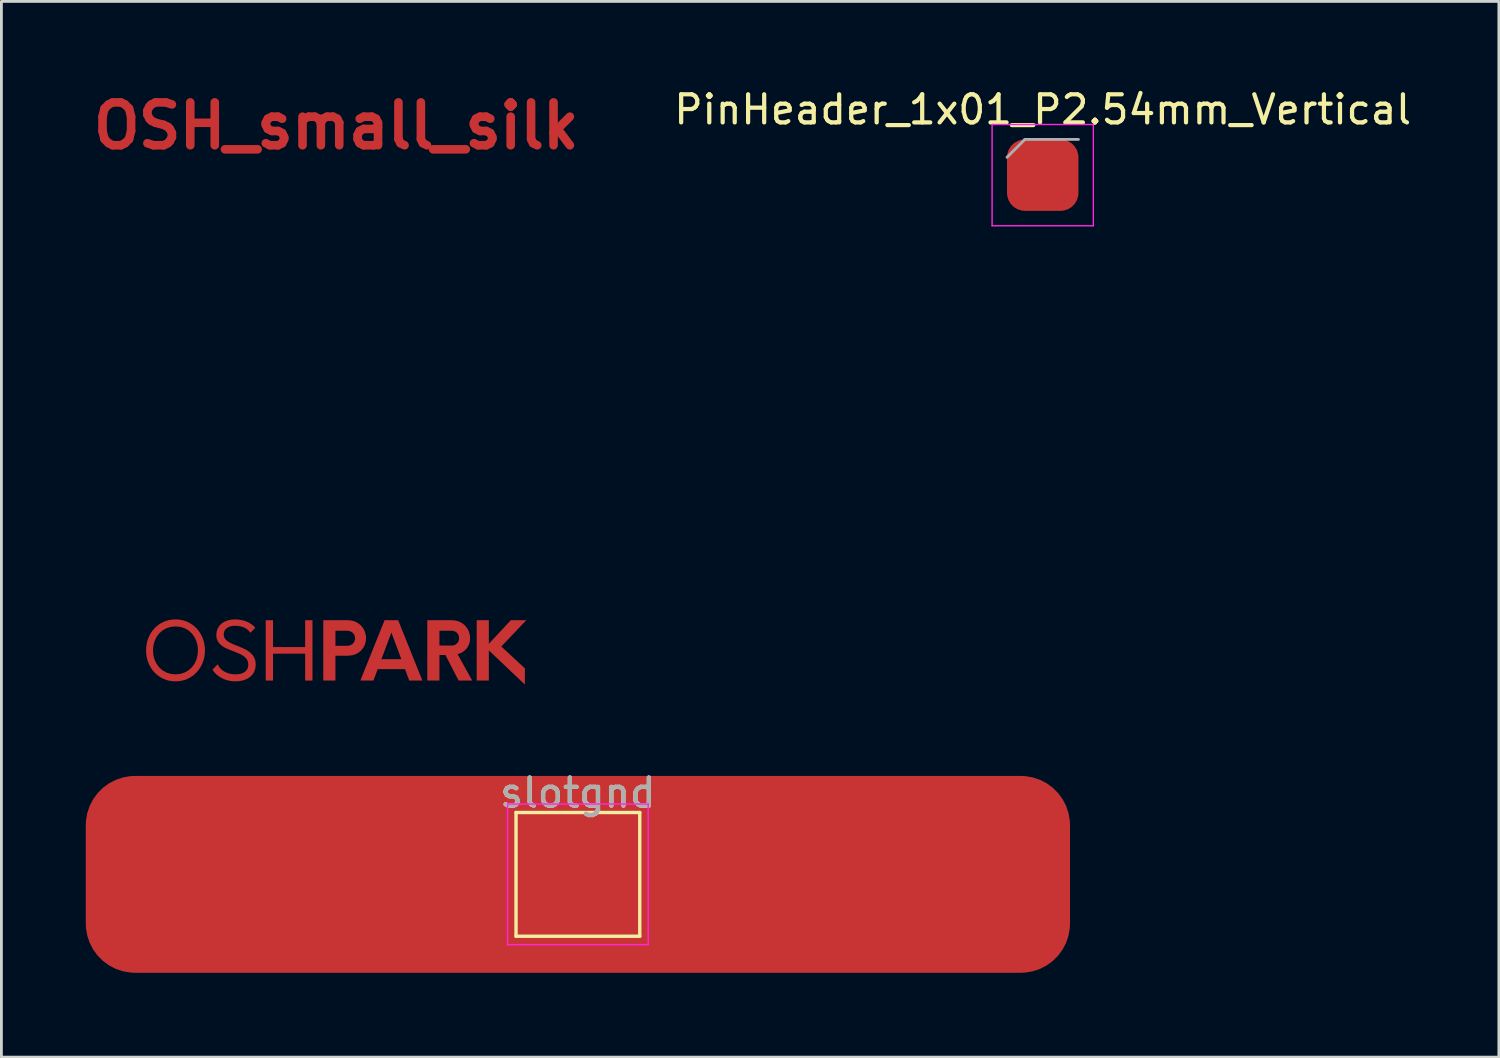
<source format=kicad_pcb>
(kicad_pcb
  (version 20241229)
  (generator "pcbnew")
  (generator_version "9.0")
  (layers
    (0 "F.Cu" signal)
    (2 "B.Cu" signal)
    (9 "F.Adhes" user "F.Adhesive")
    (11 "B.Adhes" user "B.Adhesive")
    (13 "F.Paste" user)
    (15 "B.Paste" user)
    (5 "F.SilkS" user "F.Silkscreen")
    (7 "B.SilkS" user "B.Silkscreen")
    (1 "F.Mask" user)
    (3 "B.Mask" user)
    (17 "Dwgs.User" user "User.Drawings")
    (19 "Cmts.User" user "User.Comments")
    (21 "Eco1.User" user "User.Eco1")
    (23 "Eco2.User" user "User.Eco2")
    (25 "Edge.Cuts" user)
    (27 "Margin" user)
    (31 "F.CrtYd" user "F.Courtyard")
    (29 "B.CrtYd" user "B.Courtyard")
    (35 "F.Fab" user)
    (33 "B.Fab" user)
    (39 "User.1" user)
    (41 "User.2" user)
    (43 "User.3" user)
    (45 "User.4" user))
  (footprint "OSH_small_silk"
    (layer "F.Cu")
    (at 8.905 12.884)
    (property "Reference" "OSH_small_silk" (at 0 -11.458 0) (layer "F.Cu") (effects (font (size 1.524 1.524) (thickness 0.305))))
    (attr smd)
    (fp_poly (pts (xy 6.761 6.121) (xy 6.209 6.121) (xy 5.428 6.959) (xy 5.428 6.121) (xy 4.996 6.121) (xy 4.996 8.267) (xy 5.428 8.267) (xy 5.428 7.194) (xy 6.71 8.41) (xy 6.71 7.832) (xy 5.871 7.056) (xy 6.761 6.121)) (stroke (width 0) (type solid)) (fill yes) (layer "F.Cu"))
    (fp_poly (pts (xy -1.104 6.121) (xy -1.104 7.076) (xy -2.246 7.076) (xy -2.246 6.121) (xy -2.506 6.121) (xy -2.506 8.267) (xy -2.246 8.267) (xy -2.246 7.311) (xy -1.104 7.311) (xy -1.104 8.267) (xy -0.844 8.267) (xy -0.844 6.121) (xy -1.104 6.121)) (stroke (width 0) (type solid)) (fill yes) (layer "F.Cu"))
    (fp_poly (pts (xy 2.598 8.267) (xy 1.963 6.558) (xy 2.315 7.506) (xy 1.608 7.506) (xy 1.963 6.558) (xy 2.598 8.267) (xy 3.065 8.267) (xy 2.204 6.121) (xy 1.72 6.121) (xy 0.859 8.267) (xy 1.325 8.267) (xy 1.477 7.86) (xy 2.447 7.86) (xy 2.598 8.267)) (stroke (width 0) (type solid)) (fill yes) (layer "F.Cu"))
    (fp_poly (pts (xy 0.428 6.121) (xy -0.027 6.496) (xy 0.388 6.496) (xy 0.445 6.501) (xy 0.499 6.515) (xy 0.547 6.538) (xy 0.589 6.57) (xy 0.623 6.608) (xy 0.649 6.654) (xy 0.665 6.705) (xy 0.671 6.762) (xy 0.665 6.82) (xy 0.649 6.873) (xy 0.623 6.919) (xy 0.589 6.957) (xy 0.547 6.989) (xy 0.499 7.012) (xy 0.445 7.026) (xy 0.388 7.031) (xy 0.388 7.031) (xy -0.027 7.031) (xy -0.027 6.496) (xy 0.428 6.121) (xy -0.459 6.121) (xy -0.459 8.267) (xy -0.027 8.267) (xy -0.027 7.383) (xy 0.428 7.383) (xy 0.558 7.37) (xy 0.678 7.335) (xy 0.786 7.279) (xy 0.88 7.204) (xy 0.956 7.112) (xy 1.014 7.006) (xy 1.05 6.888) (xy 1.063 6.759) (xy 1.05 6.63) (xy 1.014 6.511) (xy 0.956 6.402) (xy 0.88 6.308) (xy 0.786 6.23) (xy 0.678 6.171) (xy 0.558 6.134) (xy 0.428 6.121) (xy 0.428 6.121)) (stroke (width 0) (type solid)) (fill yes) (layer "F.Cu"))
    (fp_poly (pts (xy 4.317 7.328) (xy 4.11 7.022) (xy 3.672 7.022) (xy 3.672 6.496) (xy 4.11 6.496) (xy 4.163 6.501) (xy 4.212 6.516) (xy 4.257 6.54) (xy 4.295 6.571) (xy 4.327 6.61) (xy 4.35 6.655) (xy 4.365 6.705) (xy 4.37 6.759) (xy 4.365 6.813) (xy 4.351 6.863) (xy 4.327 6.907) (xy 4.296 6.946) (xy 4.258 6.978) (xy 4.214 7.002) (xy 4.164 7.017) (xy 4.11 7.022) (xy 4.11 7.022) (xy 4.317 7.328) (xy 4.41 7.297) (xy 4.496 7.252) (xy 4.572 7.195) (xy 4.637 7.127) (xy 4.69 7.048) (xy 4.73 6.961) (xy 4.754 6.865) (xy 4.762 6.762) (xy 4.75 6.632) (xy 4.713 6.511) (xy 4.655 6.402) (xy 4.578 6.307) (xy 4.484 6.229) (xy 4.376 6.171) (xy 4.256 6.134) (xy 4.127 6.121) (xy 3.24 6.121) (xy 3.24 8.267) (xy 3.672 8.267) (xy 3.672 7.357) (xy 3.884 7.357) (xy 4.353 8.267) (xy 4.837 8.267) (xy 4.316 7.328) (xy 4.317 7.328)) (stroke (width 0) (type solid)) (fill yes) (layer "F.Cu"))
    (fp_poly (pts (xy -3.591 8.295) (xy -3.442 8.286) (xy -3.304 8.259) (xy -3.18 8.213) (xy -3.072 8.148) (xy -2.984 8.064) (xy -2.918 7.96) (xy -2.876 7.836) (xy -2.861 7.692) (xy -2.877 7.552) (xy -2.921 7.435) (xy -2.99 7.337) (xy -3.078 7.254) (xy -3.18 7.185) (xy -3.292 7.127) (xy -3.528 7.028) (xy -3.707 6.956) (xy -3.857 6.873) (xy -3.916 6.824) (xy -3.961 6.768) (xy -3.99 6.704) (xy -4 6.63) (xy -3.992 6.555) (xy -3.968 6.491) (xy -3.93 6.437) (xy -3.88 6.394) (xy -3.82 6.36) (xy -3.752 6.337) (xy -3.677 6.323) (xy -3.597 6.318) (xy -3.501 6.323) (xy -3.413 6.336) (xy -3.333 6.358) (xy -3.26 6.388) (xy -3.196 6.424) (xy -3.139 6.466) (xy -3.05 6.567) (xy -2.876 6.389) (xy -2.935 6.327) (xy -3.003 6.271) (xy -3.081 6.22) (xy -3.169 6.176) (xy -3.265 6.141) (xy -3.369 6.114) (xy -3.482 6.098) (xy -3.603 6.092) (xy -3.735 6.101) (xy -3.858 6.128) (xy -3.97 6.172) (xy -4.069 6.234) (xy -4.15 6.313) (xy -4.211 6.409) (xy -4.25 6.521) (xy -4.264 6.649) (xy -4.25 6.769) (xy -4.21 6.87) (xy -4.149 6.954) (xy -4.071 7.025) (xy -3.978 7.085) (xy -3.875 7.137) (xy -3.654 7.225) (xy -3.457 7.304) (xy -3.367 7.349) (xy -3.287 7.4) (xy -3.22 7.459) (xy -3.168 7.528) (xy -3.136 7.609) (xy -3.125 7.705) (xy -3.135 7.789) (xy -3.162 7.86) (xy -3.204 7.919) (xy -3.259 7.966) (xy -3.327 8.002) (xy -3.404 8.027) (xy -3.49 8.041) (xy -3.583 8.046) (xy -3.691 8.039) (xy -3.793 8.02) (xy -3.889 7.989) (xy -3.976 7.947) (xy -4.053 7.896) (xy -4.119 7.835) (xy -4.172 7.765) (xy -4.212 7.688) (xy -4.401 7.88) (xy -4.338 7.968) (xy -4.261 8.047) (xy -4.172 8.118) (xy -4.072 8.179) (xy -3.963 8.228) (xy -3.845 8.264) (xy -3.721 8.287) (xy -3.591 8.295) (xy -3.591 8.295)) (stroke (width 0) (type solid)) (fill yes) (layer "F.Cu"))
    (fp_poly (pts (xy -5.714 8.295) (xy -5.714 8.046) (xy -5.885 8.029) (xy -6.039 7.98) (xy -6.176 7.903) (xy -6.293 7.799) (xy -6.387 7.674) (xy -6.457 7.529) (xy -6.5 7.368) (xy -6.515 7.194) (xy -6.5 7.02) (xy -6.457 6.859) (xy -6.387 6.714) (xy -6.293 6.588) (xy -6.176 6.485) (xy -6.039 6.407) (xy -5.885 6.358) (xy -5.714 6.341) (xy -5.542 6.358) (xy -5.388 6.407) (xy -5.251 6.485) (xy -5.136 6.588) (xy -5.042 6.714) (xy -4.973 6.859) (xy -4.93 7.02) (xy -4.916 7.194) (xy -4.93 7.368) (xy -4.973 7.529) (xy -5.042 7.674) (xy -5.136 7.799) (xy -5.251 7.903) (xy -5.388 7.98) (xy -5.542 8.029) (xy -5.714 8.046) (xy -5.714 8.295) (xy -5.602 8.289) (xy -5.495 8.273) (xy -5.392 8.246) (xy -5.294 8.209) (xy -5.202 8.162) (xy -5.116 8.107) (xy -5.036 8.044) (xy -4.963 7.973) (xy -4.897 7.895) (xy -4.838 7.81) (xy -4.787 7.719) (xy -4.745 7.623) (xy -4.711 7.521) (xy -4.687 7.416) (xy -4.672 7.306) (xy -4.667 7.193) (xy -4.672 7.081) (xy -4.687 6.971) (xy -4.711 6.865) (xy -4.745 6.764) (xy -4.787 6.668) (xy -4.838 6.577) (xy -4.897 6.492) (xy -4.963 6.414) (xy -5.036 6.343) (xy -5.116 6.28) (xy -5.202 6.224) (xy -5.294 6.178) (xy -5.392 6.141) (xy -5.495 6.114) (xy -5.602 6.097) (xy -5.714 6.091) (xy -5.826 6.097) (xy -5.934 6.114) (xy -6.037 6.141) (xy -6.135 6.178) (xy -6.227 6.224) (xy -6.313 6.28) (xy -6.393 6.343) (xy -6.466 6.414) (xy -6.532 6.492) (xy -6.59 6.577) (xy -6.641 6.668) (xy -6.683 6.764) (xy -6.717 6.865) (xy -6.741 6.971) (xy -6.756 7.081) (xy -6.761 7.193) (xy -6.756 7.306) (xy -6.741 7.416) (xy -6.717 7.521) (xy -6.683 7.623) (xy -6.641 7.719) (xy -6.59 7.81) (xy -6.532 7.895) (xy -6.466 7.973) (xy -6.393 8.044) (xy -6.313 8.107) (xy -6.227 8.162) (xy -6.135 8.209) (xy -6.037 8.246) (xy -5.934 8.273) (xy -5.826 8.289) (xy -5.714 8.295)) (stroke (width 0) (type solid)) (fill yes) (layer "F.Cu"))
    (fp_poly (pts (xy 0.001 -8.41) (xy 0.00043 -3.623) (xy 0.213 -3.612) (xy 0.42 -3.581) (xy 0.619 -3.53) (xy 0.81 -3.46) (xy 0.992 -3.372) (xy 1.164 -3.268) (xy 1.324 -3.148) (xy 1.472 -3.014) (xy 1.606 -2.866) (xy 1.726 -2.706) (xy 1.83 -2.534) (xy 1.918 -2.352) (xy 1.988 -2.161) (xy 2.039 -1.962) (xy 2.07 -1.755) (xy 2.081 -1.542) (xy 2.07 -1.329) (xy 2.039 -1.123) (xy 1.988 -0.923) (xy 1.918 -0.732) (xy 1.83 -0.55) (xy 1.726 -0.378) (xy 1.606 -0.218) (xy 1.472 -0.07) (xy 1.324 0.064) (xy 1.164 0.184) (xy 0.992 0.288) (xy 0.81 0.376) (xy 0.619 0.446) (xy 0.42 0.497) (xy 0.213 0.529) (xy 0.00043 0.539) (xy -0.212 0.529) (xy -0.419 0.497) (xy -0.618 0.446) (xy -0.81 0.376) (xy -0.991 0.288) (xy -1.163 0.184) (xy -1.323 0.064) (xy -1.471 -0.07) (xy -1.605 -0.218) (xy -1.725 -0.378) (xy -1.829 -0.55) (xy -1.917 -0.732) (xy -1.987 -0.923) (xy -2.038 -1.123) (xy -2.07 -1.329) (xy -2.08 -1.542) (xy -2.07 -1.755) (xy -2.038 -1.962) (xy -1.987 -2.161) (xy -1.917 -2.352) (xy -1.829 -2.534) (xy -1.725 -2.706) (xy -1.605 -2.866) (xy -1.471 -3.014) (xy -1.323 -3.148) (xy -1.163 -3.268) (xy -0.991 -3.372) (xy -0.81 -3.46) (xy -0.618 -3.53) (xy -0.419 -3.581) (xy -0.212 -3.612) (xy 0.00043 -3.623) (xy 0.001 -8.41) (xy -0.141 -8.394) (xy -0.267 -8.349) (xy -0.378 -8.28) (xy -0.474 -8.188) (xy -0.556 -8.079) (xy -0.625 -7.956) (xy -0.682 -7.822) (xy -0.728 -7.682) (xy -1.049 -6.463) (xy -1.303 -6.403) (xy -1.553 -6.331) (xy -2.438 -7.224) (xy -2.554 -7.326) (xy -2.673 -7.414) (xy -2.795 -7.487) (xy -2.92 -7.54) (xy -3.046 -7.57) (xy -3.174 -7.574) (xy -3.303 -7.548) (xy -3.434 -7.49) (xy -3.549 -7.405) (xy -3.636 -7.303) (xy -3.697 -7.188) (xy -3.734 -7.061) (xy -3.751 -6.925) (xy -3.749 -6.784) (xy -3.731 -6.639) (xy -3.7 -6.495) (xy -3.369 -5.282) (xy -3.559 -5.102) (xy -3.739 -4.913) (xy -4.952 -5.243) (xy -5.103 -5.273) (xy -5.251 -5.291) (xy -5.393 -5.293) (xy -5.527 -5.277) (xy -5.651 -5.239) (xy -5.764 -5.179) (xy -5.863 -5.092) (xy -5.947 -4.977) (xy -6.005 -4.845) (xy -6.029 -4.714) (xy -6.024 -4.583) (xy -5.993 -4.454) (xy -5.939 -4.329) (xy -5.867 -4.207) (xy -5.78 -4.091) (xy -5.68 -3.981) (xy -4.788 -3.097) (xy -4.862 -2.847) (xy -4.924 -2.591) (xy -6.139 -2.271) (xy -6.286 -2.222) (xy -6.422 -2.163) (xy -6.546 -2.094) (xy -6.654 -2.013) (xy -6.743 -1.918) (xy -6.81 -1.809) (xy -6.852 -1.685) (xy -6.867 -1.543) (xy -6.852 -1.401) (xy -6.807 -1.275) (xy -6.737 -1.164) (xy -6.646 -1.068) (xy -6.537 -0.986) (xy -6.413 -0.917) (xy -6.28 -0.86) (xy -6.139 -0.814) (xy -4.924 -0.494) (xy -4.862 -0.239) (xy -4.788 0.011) (xy -5.68 0.896) (xy -5.783 1.012) (xy -5.872 1.131) (xy -5.944 1.253) (xy -5.997 1.377) (xy -6.027 1.503) (xy -6.031 1.631) (xy -6.006 1.761) (xy -5.947 1.891) (xy -5.863 2.007) (xy -5.761 2.093) (xy -5.645 2.154) (xy -5.518 2.192) (xy -5.382 2.208) (xy -5.241 2.206) (xy -5.096 2.188) (xy -4.952 2.158) (xy -3.739 1.826) (xy -3.559 2.016) (xy -3.369 2.196) (xy -3.7 3.409) (xy -3.731 3.561) (xy -3.749 3.708) (xy -3.751 3.85) (xy -3.734 3.984) (xy -3.697 4.109) (xy -3.636 4.221) (xy -3.55 4.32) (xy -3.434 4.404) (xy -3.303 4.462) (xy -3.171 4.486) (xy -3.041 4.481) (xy -2.912 4.45) (xy -2.786 4.397) (xy -2.665 4.324) (xy -2.549 4.237) (xy -2.439 4.138) (xy -1.554 3.245) (xy -1.304 3.319) (xy -1.049 3.381) (xy -0.729 4.596) (xy -0.679 4.742) (xy -0.621 4.879) (xy -0.551 5.002) (xy -0.47 5.11) (xy -0.376 5.199) (xy -0.267 5.266) (xy -0.142 5.309) (xy 0.0001 5.324) (xy 0.142 5.308) (xy 0.268 5.263) (xy 0.379 5.194) (xy 0.474 5.103) (xy 0.557 4.993) (xy 0.626 4.87) (xy 0.683 4.737) (xy 0.728 4.596) (xy 1.048 3.381) (xy 1.303 3.319) (xy 1.554 3.245) (xy 2.439 4.138) (xy 2.554 4.24) (xy 2.673 4.329) (xy 2.795 4.402) (xy 2.92 4.455) (xy 3.046 4.485) (xy 3.174 4.489) (xy 3.303 4.463) (xy 3.434 4.405) (xy 3.549 4.32) (xy 3.636 4.218) (xy 3.697 4.103) (xy 3.734 3.976) (xy 3.751 3.84) (xy 3.749 3.699) (xy 3.731 3.554) (xy 3.701 3.41) (xy 3.369 2.197) (xy 3.559 2.016) (xy 3.738 1.827) (xy 4.952 2.158) (xy 5.103 2.189) (xy 5.251 2.206) (xy 5.393 2.208) (xy 5.527 2.191) (xy 5.651 2.154) (xy 5.764 2.093) (xy 5.863 2.007) (xy 5.947 1.891) (xy 6.005 1.76) (xy 6.029 1.628) (xy 6.024 1.498) (xy 5.993 1.369) (xy 5.939 1.244) (xy 5.867 1.122) (xy 5.779 1.006) (xy 5.68 0.896) (xy 4.788 0.011) (xy 4.862 -0.239) (xy 4.923 -0.494) (xy 6.139 -0.814) (xy 6.285 -0.863) (xy 6.422 -0.922) (xy 6.546 -0.991) (xy 6.653 -1.073) (xy 6.743 -1.167) (xy 6.81 -1.276) (xy 6.852 -1.401) (xy 6.867 -1.543) (xy 6.852 -1.685) (xy 6.808 -1.81) (xy 6.738 -1.921) (xy 6.647 -2.017) (xy 6.538 -2.099) (xy 6.415 -2.168) (xy 6.281 -2.225) (xy 6.14 -2.27) (xy 4.925 -2.59) (xy 4.864 -2.846) (xy 4.789 -3.096) (xy 5.682 -3.981) (xy 5.784 -4.097) (xy 5.873 -4.216) (xy 5.945 -4.337) (xy 5.998 -4.462) (xy 6.028 -4.588) (xy 6.032 -4.716) (xy 6.007 -4.846) (xy 5.948 -4.976) (xy 5.864 -5.091) (xy 5.762 -5.178) (xy 5.646 -5.239) (xy 5.519 -5.276) (xy 5.384 -5.293) (xy 5.242 -5.291) (xy 5.098 -5.273) (xy 4.953 -5.242) (xy 3.74 -4.912) (xy 3.56 -5.101) (xy 3.371 -5.281) (xy 3.702 -6.494) (xy 3.733 -6.645) (xy 3.75 -6.793) (xy 3.752 -6.935) (xy 3.736 -7.069) (xy 3.698 -7.193) (xy 3.638 -7.306) (xy 3.551 -7.406) (xy 3.435 -7.49) (xy 3.304 -7.547) (xy 3.173 -7.571) (xy 3.042 -7.566) (xy 2.913 -7.535) (xy 2.788 -7.481) (xy 2.666 -7.409) (xy 2.55 -7.322) (xy 2.44 -7.223) (xy 1.555 -6.33) (xy 1.306 -6.403) (xy 1.051 -6.462) (xy 0.73 -7.681) (xy 0.681 -7.828) (xy 0.622 -7.965) (xy 0.552 -8.088) (xy 0.471 -8.196) (xy 0.377 -8.285) (xy 0.268 -8.353) (xy 0.143 -8.395) (xy 0.001 -8.41) (xy 0.001 -8.41)) (stroke (width 0.074) (type solid)) (fill yes) (layer "F.Mask")))
  (footprint "slotgnd"
    (layer "F.Cu")
    (at 17.5 28.042)
    (property "Reference" "slotgnd" (at 0 -2.898 0) (layer "F.SilkS") (effects (font (size 1 1) (thickness 0.15))))
    (attr exclude_from_pos_files exclude_from_bom)
    (fp_line (start -2.2 -2.2) (end 2.2 -2.2) (stroke (width 0.12) (type solid)) (layer "F.SilkS"))
    (fp_line (start -2.2 2.2) (end -2.2 -2.2) (stroke (width 0.12) (type solid)) (layer "F.SilkS"))
    (fp_line (start 2.2 -2.2) (end 2.2 2.2) (stroke (width 0.12) (type solid)) (layer "F.SilkS"))
    (fp_line (start 2.2 2.2) (end -2.2 2.2) (stroke (width 0.12) (type solid)) (layer "F.SilkS"))
    (fp_line (start -2.5 -2.5) (end -2.5 2.5) (stroke (width 0.05) (type solid)) (layer "F.CrtYd"))
    (fp_line (start -2.5 -2.5) (end 2.5 -2.5) (stroke (width 0.05) (type solid)) (layer "F.CrtYd"))
    (fp_line (start 2.5 2.5) (end -2.5 2.5) (stroke (width 0.05) (type solid)) (layer "F.CrtYd"))
    (fp_line (start 2.5 2.5) (end 2.5 -2.5) (stroke (width 0.05) (type solid)) (layer "F.CrtYd"))
    (fp_text user "${REFERENCE}" (at 0 -2.9 0) (layer "F.Fab") (effects (font (size 1 1) (thickness 0.15))))
    (pad "1" smd roundrect (at 0 0) (size 35 7) (layers "F.Cu" "F.Mask") (roundrect_rratio 0.25)))
  (footprint "PinHeader_1x01_P2.54mm_Vertical"
    (layer "F.Cu")
    (at 34.029 3.178)
    (property "Reference" "PinHeader_1x01_P2.54mm_Vertical" (at 0 -2.33 0) (layer "F.SilkS") (effects (font (size 1 1) (thickness 0.15))))
    (attr through_hole)
    (fp_line (start -1.8 -1.8) (end -1.8 1.8) (stroke (width 0.05) (type solid)) (layer "F.CrtYd"))
    (fp_line (start -1.8 1.8) (end 1.8 1.8) (stroke (width 0.05) (type solid)) (layer "F.CrtYd"))
    (fp_line (start 1.8 -1.8) (end -1.8 -1.8) (stroke (width 0.05) (type solid)) (layer "F.CrtYd"))
    (fp_line (start 1.8 1.8) (end 1.8 -1.8) (stroke (width 0.05) (type solid)) (layer "F.CrtYd"))
    (fp_line (start -1.27 -0.635) (end -0.635 -1.27) (stroke (width 0.1) (type solid)) (layer "F.Fab"))
    (fp_line (start -0.635 -1.27) (end 1.27 -1.27) (stroke (width 0.1) (type solid)) (layer "F.Fab"))
    (pad "1" smd roundrect (at 0 0) (size 2.54 2.54) (layers "F.Cu" "F.Mask" "F.Paste") (roundrect_rratio 0.25)))
  (gr_rect
    (start -3 -3)
    (end 50.25 34.542)
    (stroke (width 0.1) (type default))
    (fill no)
    (layer "Edge.Cuts")))
</source>
